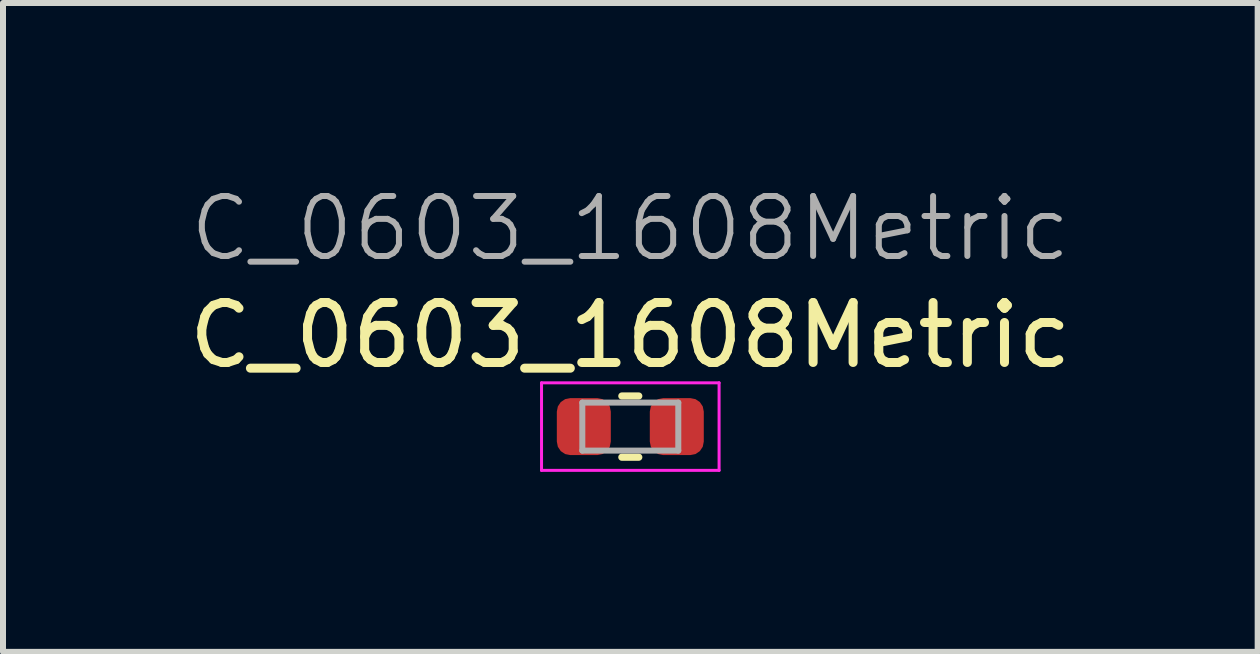
<source format=kicad_pcb>
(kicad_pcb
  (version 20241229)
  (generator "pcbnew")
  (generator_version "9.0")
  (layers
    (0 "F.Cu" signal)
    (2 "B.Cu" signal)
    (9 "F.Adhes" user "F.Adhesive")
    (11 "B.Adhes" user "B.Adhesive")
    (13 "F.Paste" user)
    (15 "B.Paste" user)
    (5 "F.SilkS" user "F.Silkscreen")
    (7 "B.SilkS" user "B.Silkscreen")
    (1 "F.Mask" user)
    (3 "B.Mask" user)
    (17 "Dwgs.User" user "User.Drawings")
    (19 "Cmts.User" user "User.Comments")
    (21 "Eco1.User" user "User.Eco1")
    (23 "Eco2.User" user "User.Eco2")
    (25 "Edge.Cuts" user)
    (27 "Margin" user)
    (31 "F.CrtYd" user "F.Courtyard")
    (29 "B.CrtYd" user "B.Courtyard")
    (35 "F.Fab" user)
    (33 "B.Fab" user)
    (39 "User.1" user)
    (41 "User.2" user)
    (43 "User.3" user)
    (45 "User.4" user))
  (footprint "C_0603_1608Metric"
    (layer "F.Cu")
    (at 7.458 4.062)
    (property "Reference" "C_0603_1608Metric" (at 0 -1.524 0) (layer "F.SilkS") (effects (font (size 1 1) (thickness 0.15))))
    (attr smd)
    (fp_line (start -0.141 -0.51) (end 0.141 -0.51) (stroke (width 0.12) (type solid)) (layer "F.SilkS"))
    (fp_line (start -0.141 0.51) (end 0.141 0.51) (stroke (width 0.12) (type solid)) (layer "F.SilkS"))
    (fp_line (start -1.48 -0.73) (end 1.48 -0.73) (stroke (width 0.05) (type solid)) (layer "F.CrtYd"))
    (fp_line (start -1.48 0.73) (end -1.48 -0.73) (stroke (width 0.05) (type solid)) (layer "F.CrtYd"))
    (fp_line (start 1.48 -0.73) (end 1.48 0.73) (stroke (width 0.05) (type solid)) (layer "F.CrtYd"))
    (fp_line (start 1.48 0.73) (end -1.48 0.73) (stroke (width 0.05) (type solid)) (layer "F.CrtYd"))
    (fp_line (start -0.8 -0.4) (end 0.8 -0.4) (stroke (width 0.1) (type solid)) (layer "F.Fab"))
    (fp_line (start -0.8 0.4) (end -0.8 -0.4) (stroke (width 0.1) (type solid)) (layer "F.Fab"))
    (fp_line (start 0.8 -0.4) (end 0.8 0.4) (stroke (width 0.1) (type solid)) (layer "F.Fab"))
    (fp_line (start 0.8 0.4) (end -0.8 0.4) (stroke (width 0.1) (type solid)) (layer "F.Fab"))
    (fp_text user "${REFERENCE}" (at 0 -3.302 0) (layer "F.Fab") (effects (font (size 1 1) (thickness 0.1))))
    (pad "1" smd roundrect (at -0.775 0) (size 0.9 0.95) (layers "F.Cu" "F.Mask" "F.Paste") (roundrect_rratio 0.25))
    (pad "2" smd roundrect (at 0.775 0) (size 0.9 0.95) (layers "F.Cu" "F.Mask" "F.Paste") (roundrect_rratio 0.25)))
  (gr_rect
    (start -3 -3)
    (end 17.917 7.817)
    (stroke (width 0.1) (type default))
    (fill no)
    (layer "Edge.Cuts")))
</source>
